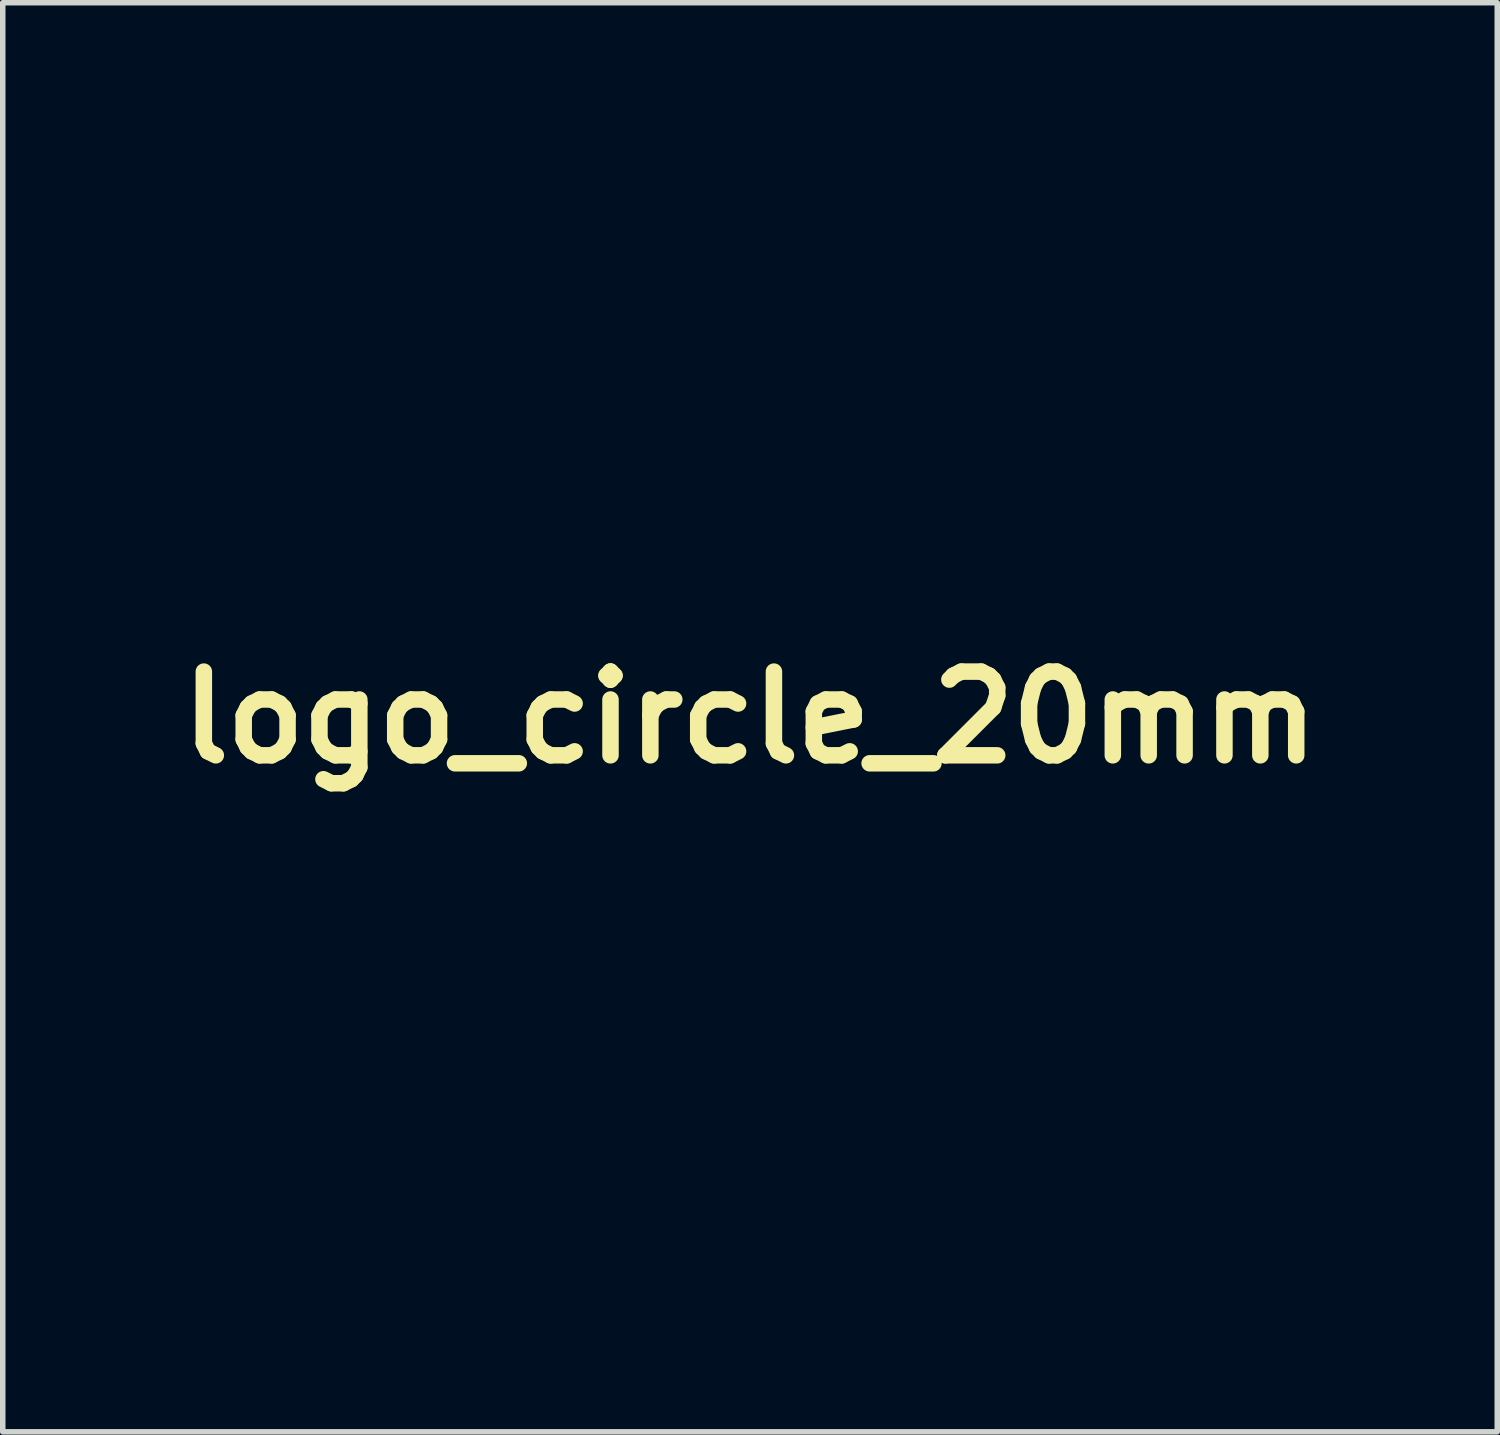
<source format=kicad_pcb>
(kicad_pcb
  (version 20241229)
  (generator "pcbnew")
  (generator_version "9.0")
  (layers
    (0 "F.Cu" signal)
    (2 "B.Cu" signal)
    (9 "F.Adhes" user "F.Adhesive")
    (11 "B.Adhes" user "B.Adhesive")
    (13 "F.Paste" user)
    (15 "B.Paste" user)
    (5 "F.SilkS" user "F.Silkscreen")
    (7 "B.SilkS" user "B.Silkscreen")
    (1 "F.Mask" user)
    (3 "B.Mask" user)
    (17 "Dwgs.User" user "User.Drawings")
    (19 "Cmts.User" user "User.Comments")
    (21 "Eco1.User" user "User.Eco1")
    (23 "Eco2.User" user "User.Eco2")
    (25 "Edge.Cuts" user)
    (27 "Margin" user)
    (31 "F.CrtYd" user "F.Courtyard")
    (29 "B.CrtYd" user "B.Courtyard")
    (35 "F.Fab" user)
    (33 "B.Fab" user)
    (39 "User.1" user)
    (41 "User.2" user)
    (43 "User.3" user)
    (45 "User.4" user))
  (footprint "logo_circle_20mm"
    (layer "F.Cu")
    (at 10.603 10.01)
    (property "Reference" "logo_circle_20mm" (at 0 0 0) (layer "F.SilkS") (effects (font (size 1.524 1.524) (thickness 0.3))))
    (attr through_hole)
    (fp_poly (pts (xy -2.943 -1.081) (xy -2.702 -1.007) (xy -2.493 -0.867) (xy -2.33 -0.666) (xy -2.227 -0.41) (xy -2.202 -0.241) (xy -2.222 0.056) (xy -2.322 0.309) (xy -2.493 0.509) (xy -2.726 0.646) (xy -3.012 0.711) (xy -3.11 0.715) (xy -3.311 0.698) (xy -3.482 0.635) (xy -3.582 0.577) (xy -3.794 0.392) (xy -3.934 0.164) (xy -3.999 -0.089) (xy -3.988 -0.349) (xy -3.899 -0.598) (xy -3.732 -0.817) (xy -3.704 -0.842) (xy -3.458 -1.004) (xy -3.2 -1.081) (xy -2.943 -1.081)) (stroke (width 0.01) (type solid)) (fill no) (layer "Eco2.User"))
    (fp_poly (pts (xy 5.917 4.681) (xy 6.092 4.813) (xy 6.222 4.985) (xy 6.262 5.06) (xy 6.331 5.217) (xy 6.376 5.358) (xy 6.386 5.425) (xy 6.343 5.687) (xy 6.226 5.934) (xy 6.05 6.143) (xy 5.833 6.29) (xy 5.736 6.327) (xy 5.659 6.336) (xy 5.494 6.344) (xy 5.249 6.351) (xy 4.93 6.358) (xy 4.546 6.364) (xy 4.103 6.369) (xy 3.609 6.373) (xy 3.071 6.377) (xy 2.497 6.38) (xy 1.893 6.382) (xy 1.267 6.384) (xy 0.627 6.385) (xy -0.02 6.385) (xy -0.668 6.384) (xy -1.308 6.383) (xy -1.933 6.381) (xy -2.536 6.378) (xy -3.11 6.375) (xy -3.647 6.371) (xy -4.14 6.366) (xy -4.582 6.361) (xy -4.965 6.355) (xy -5.282 6.348) (xy -5.526 6.341) (xy -5.689 6.332) (xy -5.764 6.324) (xy -5.99 6.205) (xy -6.174 6.018) (xy -6.304 5.785) (xy -6.366 5.53) (xy -6.35 5.274) (xy -6.346 5.257) (xy -6.262 5.023) (xy -6.142 4.851) (xy -5.961 4.709) (xy -5.914 4.68) (xy -5.695 4.551) (xy 5.695 4.551) (xy 5.917 4.681)) (stroke (width 0.01) (type solid)) (fill no) (layer "Eco2.User"))
    (fp_poly (pts (xy 0.94 -3.614) (xy 1.195 -3.613) (xy 3.272 -3.598) (xy 3.447 -3.464) (xy 3.644 -3.26) (xy 3.767 -3.017) (xy 3.814 -2.754) (xy 3.784 -2.49) (xy 3.675 -2.244) (xy 3.583 -2.127) (xy 3.501 -2.043) (xy 3.421 -1.976) (xy 3.331 -1.923) (xy 3.221 -1.883) (xy 3.079 -1.854) (xy 2.894 -1.834) (xy 2.655 -1.822) (xy 2.352 -1.815) (xy 1.972 -1.813) (xy 1.632 -1.812) (xy 0.191 -1.811) (xy 0.191 -0.905) (xy 1.653 -0.905) (xy 2.066 -0.905) (xy 2.396 -0.904) (xy 2.653 -0.901) (xy 2.85 -0.895) (xy 2.997 -0.887) (xy 3.105 -0.874) (xy 3.188 -0.858) (xy 3.254 -0.835) (xy 3.318 -0.807) (xy 3.326 -0.803) (xy 3.548 -0.649) (xy 3.702 -0.444) (xy 3.791 -0.207) (xy 3.812 0.045) (xy 3.767 0.294) (xy 3.655 0.521) (xy 3.477 0.71) (xy 3.326 0.803) (xy 3.263 0.832) (xy 3.197 0.855) (xy 3.117 0.873) (xy 3.012 0.885) (xy 2.871 0.894) (xy 2.682 0.9) (xy 2.433 0.904) (xy 2.113 0.905) (xy 1.711 0.905) (xy 1.653 0.905) (xy 0.191 0.905) (xy 0.191 1.62) (xy 1.585 1.621) (xy 2.001 1.622) (xy 2.371 1.628) (xy 2.683 1.636) (xy 2.927 1.647) (xy 3.094 1.66) (xy 3.161 1.671) (xy 3.352 1.76) (xy 3.538 1.904) (xy 3.689 2.075) (xy 3.768 2.224) (xy 3.811 2.478) (xy 3.789 2.741) (xy 3.706 2.978) (xy 3.637 3.086) (xy 3.567 3.173) (xy 3.504 3.244) (xy 3.439 3.303) (xy 3.363 3.349) (xy 3.265 3.386) (xy 3.138 3.413) (xy 2.972 3.432) (xy 2.758 3.446) (xy 2.486 3.454) (xy 2.148 3.46) (xy 1.734 3.463) (xy 1.235 3.465) (xy 1.168 3.466) (xy 0.655 3.468) (xy 0.229 3.468) (xy -0.119 3.467) (xy -0.396 3.463) (xy -0.613 3.457) (xy -0.776 3.448) (xy -0.895 3.436) (xy -0.978 3.422) (xy -1.018 3.41) (xy -1.247 3.284) (xy -1.451 3.094) (xy -1.565 2.931) (xy -1.582 2.892) (xy -1.597 2.838) (xy -1.609 2.761) (xy -1.619 2.653) (xy -1.628 2.507) (xy -1.635 2.314) (xy -1.641 2.069) (xy -1.646 1.762) (xy -1.65 1.387) (xy -1.653 0.936) (xy -1.656 0.401) (xy -1.658 0.078) (xy -1.661 -0.592) (xy -1.661 -1.17) (xy -1.66 -1.66) (xy -1.656 -2.064) (xy -1.65 -2.387) (xy -1.641 -2.631) (xy -1.63 -2.801) (xy -1.618 -2.893) (xy -1.53 -3.141) (xy -1.383 -3.355) (xy -1.197 -3.513) (xy -1.055 -3.576) (xy -0.954 -3.591) (xy -0.759 -3.602) (xy -0.471 -3.609) (xy -0.091 -3.614) (xy 0.38 -3.616) (xy 0.94 -3.614)) (stroke (width 0.01) (type solid)) (fill no) (layer "Eco2.User"))
    (fp_poly (pts (xy 0.692 -6.39) (xy 1.332 -6.389) (xy 1.956 -6.387) (xy 2.558 -6.385) (xy 3.13 -6.381) (xy 3.664 -6.377) (xy 4.154 -6.372) (xy 4.591 -6.366) (xy 4.969 -6.36) (xy 5.28 -6.352) (xy 5.517 -6.344) (xy 5.673 -6.335) (xy 5.736 -6.327) (xy 5.95 -6.22) (xy 6.143 -6.048) (xy 6.285 -5.841) (xy 6.327 -5.736) (xy 6.337 -5.655) (xy 6.346 -5.487) (xy 6.355 -5.242) (xy 6.362 -4.926) (xy 6.368 -4.55) (xy 6.374 -4.12) (xy 6.379 -3.647) (xy 6.383 -3.138) (xy 6.386 -2.602) (xy 6.388 -2.047) (xy 6.389 -1.482) (xy 6.389 -0.916) (xy 6.388 -0.357) (xy 6.387 0.187) (xy 6.384 0.706) (xy 6.38 1.193) (xy 6.376 1.639) (xy 6.37 2.035) (xy 6.364 2.372) (xy 6.356 2.643) (xy 6.348 2.839) (xy 6.338 2.951) (xy 6.335 2.968) (xy 6.245 3.163) (xy 6.099 3.357) (xy 5.926 3.511) (xy 5.857 3.553) (xy 5.699 3.6) (xy 5.493 3.619) (xy 5.279 3.61) (xy 5.101 3.572) (xy 5.056 3.553) (xy 4.881 3.424) (xy 4.72 3.242) (xy 4.604 3.043) (xy 4.578 2.968) (xy 4.567 2.879) (xy 4.558 2.697) (xy 4.549 2.42) (xy 4.542 2.052) (xy 4.537 1.592) (xy 4.532 1.041) (xy 4.529 0.401) (xy 4.528 -0.327) (xy 4.527 -0.87) (xy 4.527 -4.527) (xy -4.527 -4.527) (xy -4.527 -0.87) (xy -4.528 -0.082) (xy -4.53 0.618) (xy -4.534 1.23) (xy -4.538 1.751) (xy -4.544 2.181) (xy -4.552 2.52) (xy -4.56 2.766) (xy -4.57 2.918) (xy -4.578 2.968) (xy -4.667 3.163) (xy -4.814 3.357) (xy -4.987 3.511) (xy -5.056 3.553) (xy -5.225 3.604) (xy -5.439 3.622) (xy -5.656 3.606) (xy -5.838 3.557) (xy -5.885 3.533) (xy -6.13 3.329) (xy -6.299 3.069) (xy -6.312 3.039) (xy -6.325 2.999) (xy -6.336 2.942) (xy -6.346 2.861) (xy -6.355 2.75) (xy -6.362 2.605) (xy -6.368 2.417) (xy -6.373 2.183) (xy -6.377 1.895) (xy -6.38 1.548) (xy -6.382 1.136) (xy -6.384 0.653) (xy -6.385 0.093) (xy -6.386 -0.55) (xy -6.386 -1.283) (xy -6.386 -1.339) (xy -6.385 -2.12) (xy -6.384 -2.81) (xy -6.383 -3.414) (xy -6.38 -3.937) (xy -6.376 -4.383) (xy -6.372 -4.757) (xy -6.366 -5.064) (xy -6.36 -5.308) (xy -6.352 -5.493) (xy -6.343 -5.626) (xy -6.333 -5.71) (xy -6.327 -5.736) (xy -6.22 -5.95) (xy -6.048 -6.143) (xy -5.841 -6.285) (xy -5.736 -6.327) (xy -5.657 -6.337) (xy -5.489 -6.345) (xy -5.242 -6.353) (xy -4.921 -6.361) (xy -4.534 -6.367) (xy -4.089 -6.373) (xy -3.593 -6.377) (xy -3.053 -6.382) (xy -2.476 -6.385) (xy -1.871 -6.388) (xy -1.244 -6.389) (xy -0.603 -6.39) (xy 0.045 -6.391) (xy 0.692 -6.39)) (stroke (width 0.01) (type solid)) (fill no) (layer "Eco2.User"))
    (fp_poly (pts (xy 0.571 -9.992) (xy 1.459 -9.899) (xy 2.335 -9.729) (xy 3.191 -9.482) (xy 4.024 -9.16) (xy 4.827 -8.765) (xy 5.594 -8.297) (xy 6.321 -7.759) (xy 7.001 -7.151) (xy 7.629 -6.477) (xy 8.199 -5.736) (xy 8.707 -4.93) (xy 8.987 -4.399) (xy 9.37 -3.514) (xy 9.663 -2.603) (xy 9.867 -1.673) (xy 9.98 -0.732) (xy 10.004 0.216) (xy 9.939 1.162) (xy 9.783 2.1) (xy 9.538 3.024) (xy 9.203 3.927) (xy 8.982 4.408) (xy 8.513 5.258) (xy 7.972 6.05) (xy 7.361 6.78) (xy 6.688 7.445) (xy 5.956 8.042) (xy 5.17 8.567) (xy 4.336 9.017) (xy 3.458 9.389) (xy 2.541 9.678) (xy 1.59 9.882) (xy 1.025 9.96) (xy 0.739 9.982) (xy 0.388 9.995) (xy 0.004 10) (xy -0.384 9.995) (xy -0.744 9.982) (xy -1.048 9.96) (xy -1.096 9.955) (xy -2.048 9.802) (xy -2.966 9.563) (xy -3.847 9.242) (xy -4.685 8.845) (xy -5.477 8.375) (xy -6.22 7.838) (xy -6.908 7.237) (xy -7.538 6.577) (xy -8.106 5.863) (xy -8.608 5.1) (xy -9.039 4.291) (xy -9.397 3.441) (xy -9.676 2.555) (xy -9.873 1.637) (xy -9.983 0.692) (xy -10.007 0.001) (xy -9.621 0.001) (xy -9.61 0.447) (xy -9.587 0.883) (xy -9.553 1.286) (xy -9.51 1.629) (xy -9.49 1.741) (xy -9.267 2.672) (xy -8.959 3.563) (xy -8.572 4.412) (xy -8.109 5.212) (xy -7.576 5.96) (xy -6.976 6.653) (xy -6.315 7.284) (xy -5.596 7.851) (xy -4.825 8.348) (xy -4.004 8.772) (xy -3.14 9.119) (xy -2.235 9.383) (xy -1.382 9.549) (xy -1.073 9.584) (xy -0.696 9.607) (xy -0.276 9.619) (xy 0.16 9.62) (xy 0.588 9.61) (xy 0.979 9.588) (xy 1.309 9.556) (xy 1.341 9.552) (xy 2.217 9.386) (xy 3.083 9.139) (xy 3.918 8.816) (xy 4.704 8.425) (xy 4.938 8.289) (xy 5.735 7.753) (xy 6.469 7.148) (xy 7.136 6.481) (xy 7.732 5.756) (xy 8.254 4.979) (xy 8.699 4.154) (xy 9.063 3.288) (xy 9.343 2.384) (xy 9.535 1.449) (xy 9.55 1.349) (xy 9.591 0.965) (xy 9.616 0.518) (xy 9.625 0.037) (xy 9.619 -0.445) (xy 9.596 -0.9) (xy 9.557 -1.296) (xy 9.55 -1.349) (xy 9.369 -2.281) (xy 9.103 -3.178) (xy 8.756 -4.035) (xy 8.332 -4.849) (xy 7.836 -5.615) (xy 7.273 -6.329) (xy 6.647 -6.985) (xy 5.961 -7.58) (xy 5.222 -8.108) (xy 4.433 -8.567) (xy 3.599 -8.95) (xy 2.724 -9.254) (xy 1.812 -9.474) (xy 1.341 -9.552) (xy 0.958 -9.592) (xy 0.513 -9.616) (xy 0.035 -9.625) (xy -0.443 -9.618) (xy -0.894 -9.596) (xy -1.286 -9.558) (xy -1.349 -9.55) (xy -2.287 -9.367) (xy -3.194 -9.097) (xy -4.065 -8.742) (xy -4.894 -8.305) (xy -5.677 -7.791) (xy -6.407 -7.202) (xy -7.081 -6.543) (xy -7.692 -5.816) (xy -8.235 -5.026) (xy -8.287 -4.94) (xy -8.701 -4.168) (xy -9.048 -3.34) (xy -9.321 -2.472) (xy -9.515 -1.58) (xy -9.581 -1.134) (xy -9.608 -0.815) (xy -9.621 -0.428) (xy -9.621 0.001) (xy -10.007 0.001) (xy -10.007 0) (xy -9.96 -0.967) (xy -9.822 -1.916) (xy -9.595 -2.841) (xy -9.284 -3.736) (xy -8.89 -4.596) (xy -8.416 -5.414) (xy -7.867 -6.185) (xy -7.244 -6.904) (xy -6.552 -7.564) (xy -5.792 -8.161) (xy -5.552 -8.326) (xy -4.726 -8.822) (xy -3.875 -9.23) (xy -3.004 -9.55) (xy -2.119 -9.785) (xy -1.224 -9.936) (xy -0.326 -10.005) (xy 0.571 -9.992)) (stroke (width 0.01) (type solid)) (fill no) (layer "Eco2.User")))
  (gr_rect
    (start -3 -3)
    (end 24.205 23.014)
    (stroke (width 0.1) (type default))
    (fill no)
    (layer "Edge.Cuts")))
</source>
